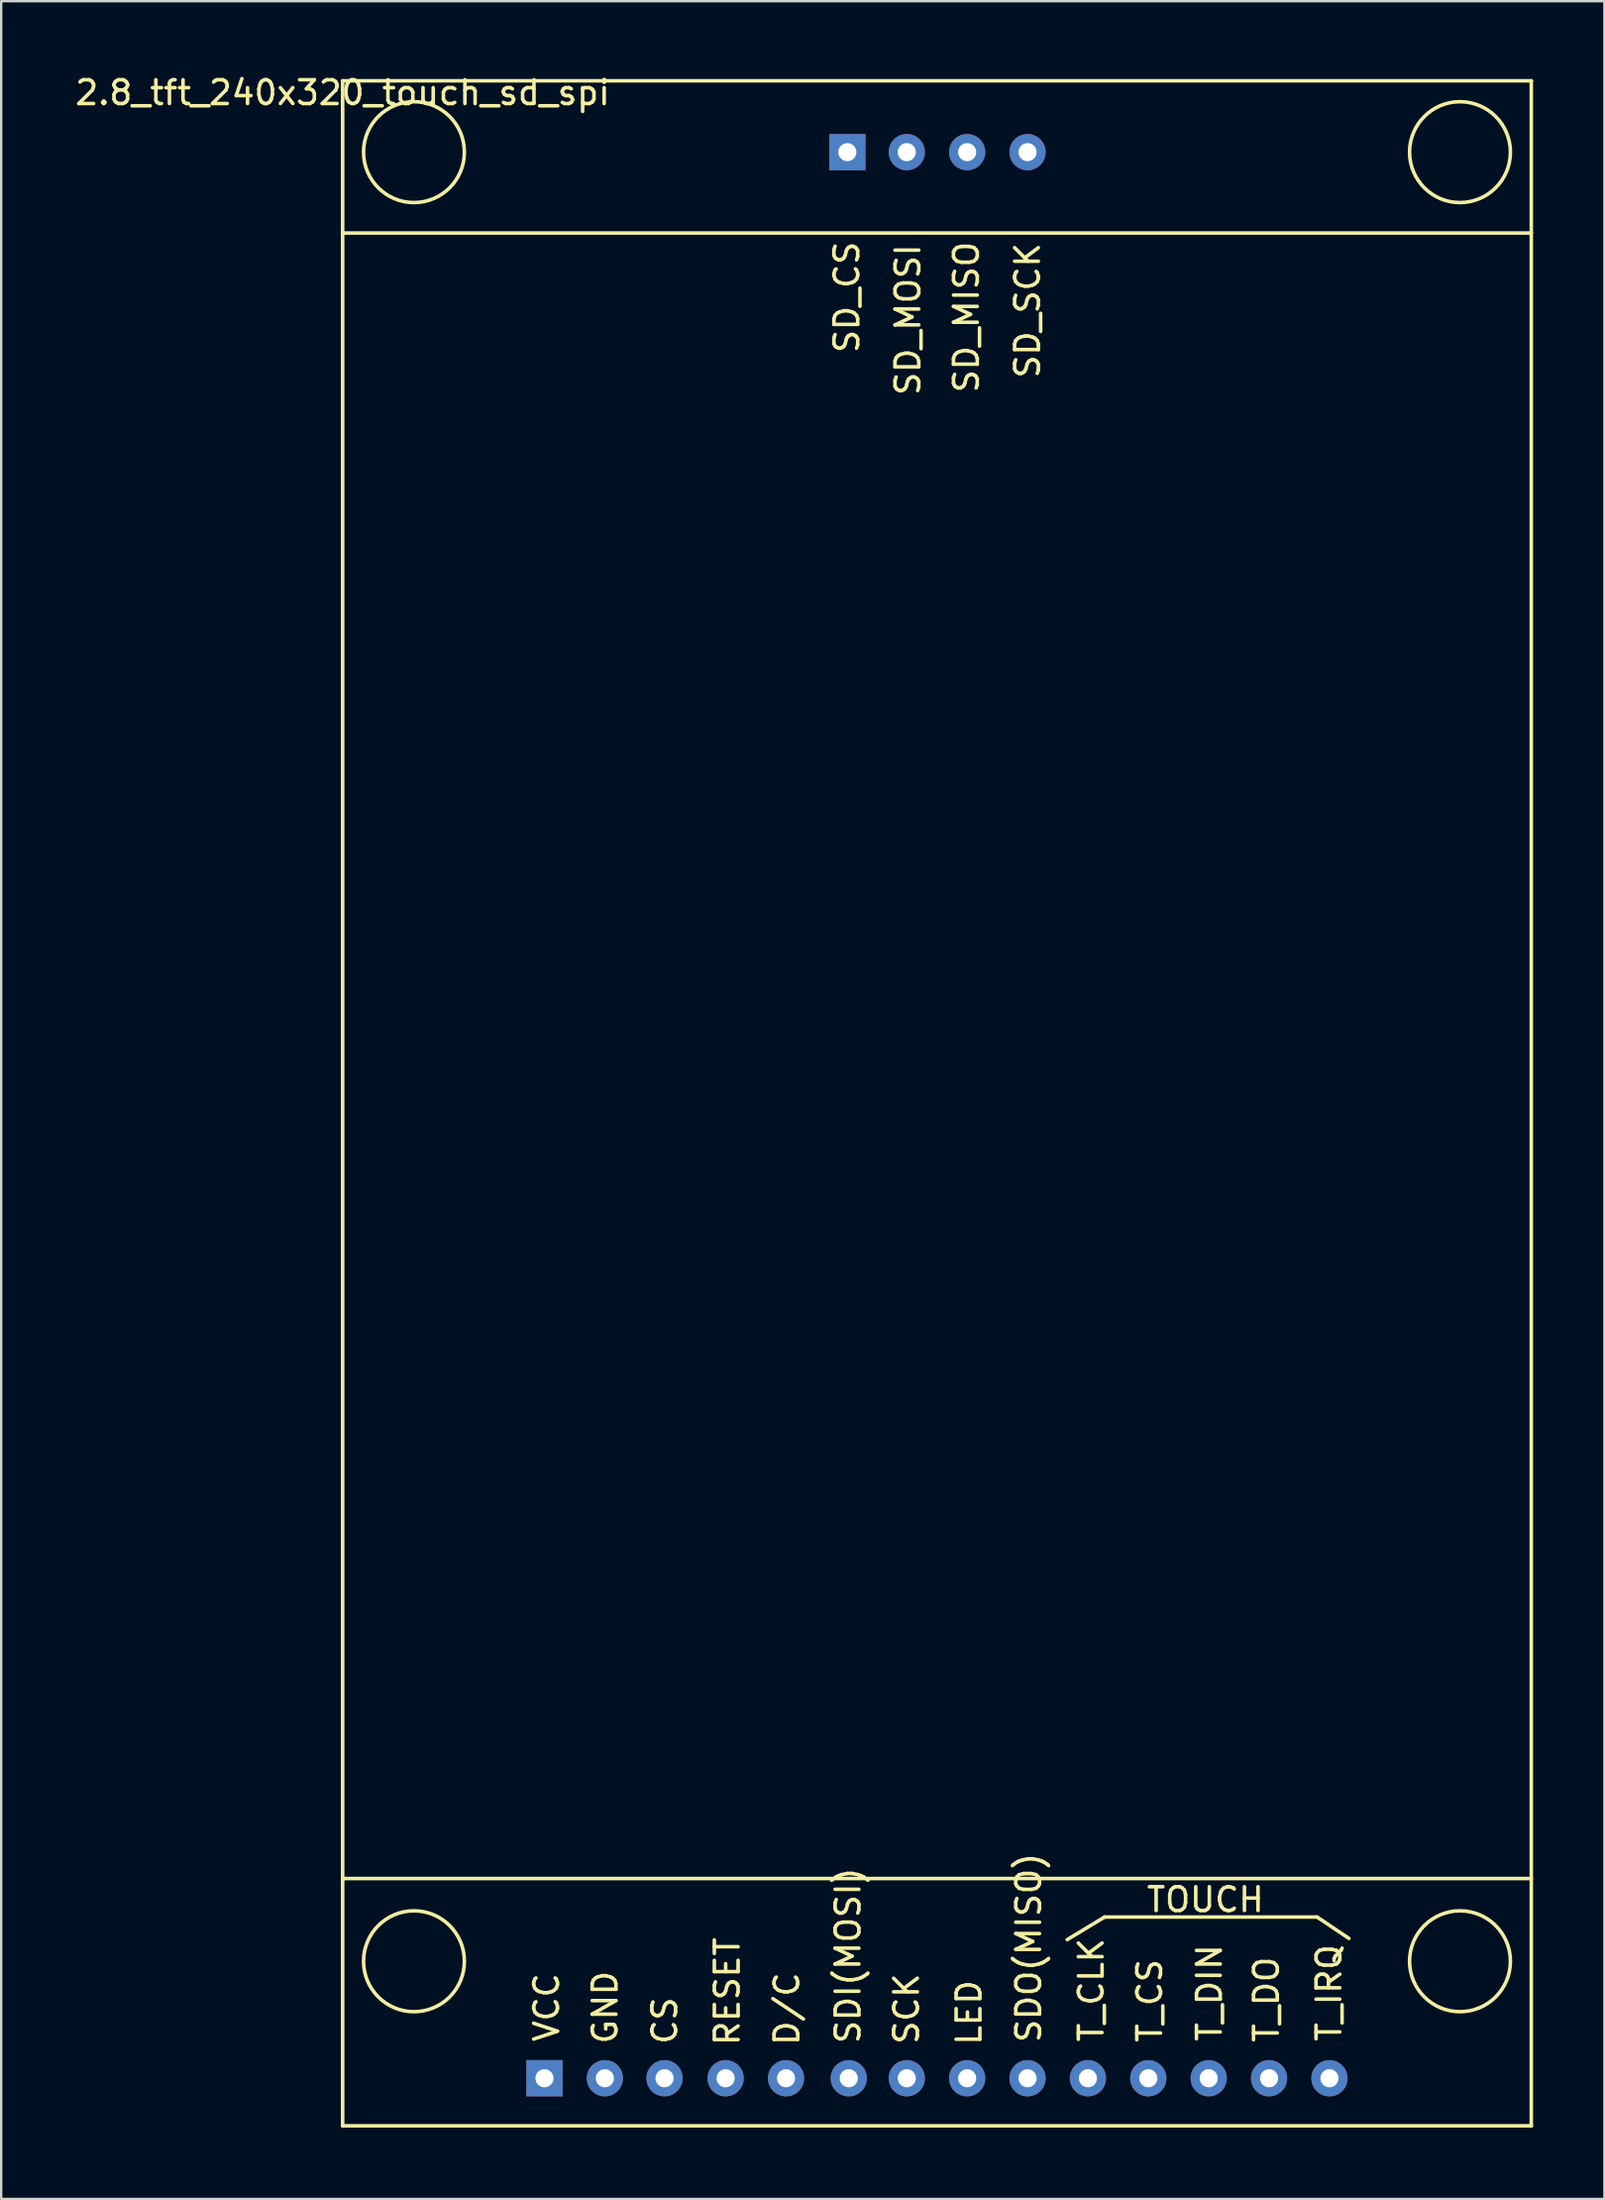
<source format=kicad_pcb>
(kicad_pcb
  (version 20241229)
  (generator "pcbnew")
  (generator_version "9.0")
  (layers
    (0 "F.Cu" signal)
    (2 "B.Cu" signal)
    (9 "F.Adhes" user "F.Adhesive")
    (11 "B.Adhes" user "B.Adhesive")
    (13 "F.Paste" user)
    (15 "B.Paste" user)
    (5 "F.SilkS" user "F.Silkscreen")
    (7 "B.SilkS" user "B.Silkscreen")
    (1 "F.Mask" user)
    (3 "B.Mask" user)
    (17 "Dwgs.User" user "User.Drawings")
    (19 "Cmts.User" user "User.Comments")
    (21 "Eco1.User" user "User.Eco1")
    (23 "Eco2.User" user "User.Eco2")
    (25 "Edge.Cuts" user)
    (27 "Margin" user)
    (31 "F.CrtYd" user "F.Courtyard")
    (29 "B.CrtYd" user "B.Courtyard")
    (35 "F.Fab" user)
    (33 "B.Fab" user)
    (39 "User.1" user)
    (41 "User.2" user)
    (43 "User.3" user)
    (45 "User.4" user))
  (footprint "2.8_tft_240x320_touch_sd_spi"
    (layer "F.Cu")
    (at 11.363 0.348)
    (property "Reference" "2.8_tft_240x320_touch_sd_spi" (at 0 0.5 0) (layer "F.SilkS") (effects (font (size 1 1) (thickness 0.15))))
    (attr through_hole)
    (fp_line (start 0 0) (end 50 0) (stroke (width 0.15) (type solid)) (layer "F.SilkS"))
    (fp_line (start 0 6.4) (end 50 6.4) (stroke (width 0.15) (type solid)) (layer "F.SilkS"))
    (fp_line (start 0 75.6) (end 50 75.6) (stroke (width 0.15) (type solid)) (layer "F.SilkS"))
    (fp_line (start 0 86) (end 0 0) (stroke (width 0.15) (type solid)) (layer "F.SilkS"))
    (fp_line (start 30.48 78.17) (end 32.05 77.22) (stroke (width 0.15) (type solid)) (layer "F.SilkS"))
    (fp_line (start 32.05 77.22) (end 40.99 77.22) (stroke (width 0.15) (type solid)) (layer "F.SilkS"))
    (fp_line (start 40.99 77.22) (end 42.33 78.12) (stroke (width 0.15) (type solid)) (layer "F.SilkS"))
    (fp_line (start 50 0) (end 50 86) (stroke (width 0.15) (type solid)) (layer "F.SilkS"))
    (fp_line (start 50 86) (end 0 86) (stroke (width 0.15) (type solid)) (layer "F.SilkS"))
    (fp_circle (center 3 3) (end 4.5 4.5) (stroke (width 0.15) (type solid)) (fill no) (layer "F.SilkS"))
    (fp_circle (center 3 79.08) (end 4.5 80.58) (stroke (width 0.15) (type solid)) (fill no) (layer "F.SilkS"))
    (fp_circle (center 47 3) (end 48.5 4.5) (stroke (width 0.15) (type solid)) (fill no) (layer "F.SilkS"))
    (fp_circle (center 47 79.08) (end 48.5 80.58) (stroke (width 0.15) (type solid)) (fill no) (layer "F.SilkS"))
    (fp_text user "T_CLK" (at 31.49 80.29 90) (layer "F.SilkS") (effects (font (size 1 1) (thickness 0.15))))
    (fp_text user "SD_MISO" (at 26.24 9.94 90) (layer "F.SilkS") (effects (font (size 1 1) (thickness 0.15))))
    (fp_text user "SDO(MISO)" (at 28.86 78.51 90) (layer "F.SilkS") (effects (font (size 1 1) (thickness 0.15))))
    (fp_text user "T_IRQ" (at 41.49 80.41 90) (layer "F.SilkS") (effects (font (size 1 1) (thickness 0.15))))
    (fp_text user "SD_CS" (at 21.21 9.1 90) (layer "F.SilkS") (effects (font (size 1 1) (thickness 0.15))))
    (fp_text user "D/C" (at 18.69 81.08 90) (layer "F.SilkS") (effects (font (size 1 1) (thickness 0.15))))
    (fp_text user "SCK" (at 23.72 81.08 90) (layer "F.SilkS") (effects (font (size 1 1) (thickness 0.15))))
    (fp_text user "SD_SCK" (at 28.81 9.66 90) (layer "F.SilkS") (effects (font (size 1 1) (thickness 0.15))))
    (fp_text user "LED" (at 26.35 81.24 90) (layer "F.SilkS") (effects (font (size 1 1) (thickness 0.15))))
    (fp_text user "SDI(MOSI)" (at 21.26 78.84 90) (layer "F.SilkS") (effects (font (size 1 1) (thickness 0.15))))
    (fp_text user "CS" (at 13.55 81.58 90) (layer "F.SilkS") (effects (font (size 1 1) (thickness 0.15))))
    (fp_text user "SD_MOSI" (at 23.78 10.05 90) (layer "F.SilkS") (effects (font (size 1 1) (thickness 0.15))))
    (fp_text user "TOUCH" (at 36.29 76.49 0) (layer "F.SilkS") (effects (font (size 1 1) (thickness 0.15))))
    (fp_text user "GND" (at 11.04 81.02 90) (layer "F.SilkS") (effects (font (size 1 1) (thickness 0.15))))
    (fp_text user "T_DIN" (at 36.46 80.41 90) (layer "F.SilkS") (effects (font (size 1 1) (thickness 0.15))))
    (fp_text user "T_CS" (at 33.95 80.74 90) (layer "F.SilkS") (effects (font (size 1 1) (thickness 0.15))))
    (fp_text user "T_DO" (at 38.86 80.69 90) (layer "F.SilkS") (effects (font (size 1 1) (thickness 0.15))))
    (fp_text user "RESET" (at 16.18 80.35 90) (layer "F.SilkS") (effects (font (size 1 1) (thickness 0.15))))
    (fp_text user "VCC" (at 8.58 81.02 90) (layer "F.SilkS") (effects (font (size 1 1) (thickness 0.15))))
    (pad "1" thru_hole rect (at 8.49 84) (size 1.524 1.524) (drill 0.762) (layers "*.Cu" "*.Mask"))
    (pad "2" thru_hole circle (at 11.03 84) (size 1.524 1.524) (drill 0.762) (layers "*.Cu" "*.Mask"))
    (pad "3" thru_hole circle (at 13.54 84) (size 1.524 1.524) (drill 0.762) (layers "*.Cu" "*.Mask"))
    (pad "4" thru_hole circle (at 16.11 84) (size 1.524 1.524) (drill 0.762) (layers "*.Cu" "*.Mask"))
    (pad "5" thru_hole circle (at 18.65 84) (size 1.524 1.524) (drill 0.762) (layers "*.Cu" "*.Mask"))
    (pad "6" thru_hole circle (at 21.29 84) (size 1.524 1.524) (drill 0.762) (layers "*.Cu" "*.Mask"))
    (pad "7" thru_hole circle (at 23.73 84) (size 1.524 1.524) (drill 0.762) (layers "*.Cu" "*.Mask"))
    (pad "8" thru_hole circle (at 26.27 84) (size 1.524 1.524) (drill 0.762) (layers "*.Cu" "*.Mask"))
    (pad "9" thru_hole circle (at 28.81 84) (size 1.524 1.524) (drill 0.762) (layers "*.Cu" "*.Mask"))
    (pad "10" thru_hole circle (at 31.35 84) (size 1.524 1.524) (drill 0.762) (layers "*.Cu" "*.Mask"))
    (pad "11" thru_hole circle (at 33.89 84) (size 1.524 1.524) (drill 0.762) (layers "*.Cu" "*.Mask"))
    (pad "12" thru_hole circle (at 36.43 84) (size 1.524 1.524) (drill 0.762) (layers "*.Cu" "*.Mask"))
    (pad "13" thru_hole circle (at 38.97 84) (size 1.524 1.524) (drill 0.762) (layers "*.Cu" "*.Mask"))
    (pad "14" thru_hole circle (at 41.51 84) (size 1.524 1.524) (drill 0.762) (layers "*.Cu" "*.Mask"))
    (pad "15" thru_hole rect (at 21.23 3) (size 1.524 1.524) (drill 0.762) (layers "*.Cu" "*.Mask"))
    (pad "16" thru_hole circle (at 23.73 3) (size 1.524 1.524) (drill 0.762) (layers "*.Cu" "*.Mask"))
    (pad "17" thru_hole circle (at 26.27 3) (size 1.524 1.524) (drill 0.762) (layers "*.Cu" "*.Mask"))
    (pad "18" thru_hole circle (at 28.81 3) (size 1.524 1.524) (drill 0.762) (layers "*.Cu" "*.Mask")))
  (gr_rect
    (start -3 -3)
    (end 64.438 89.423)
    (stroke (width 0.1) (type default))
    (fill no)
    (layer "Edge.Cuts")))
</source>
